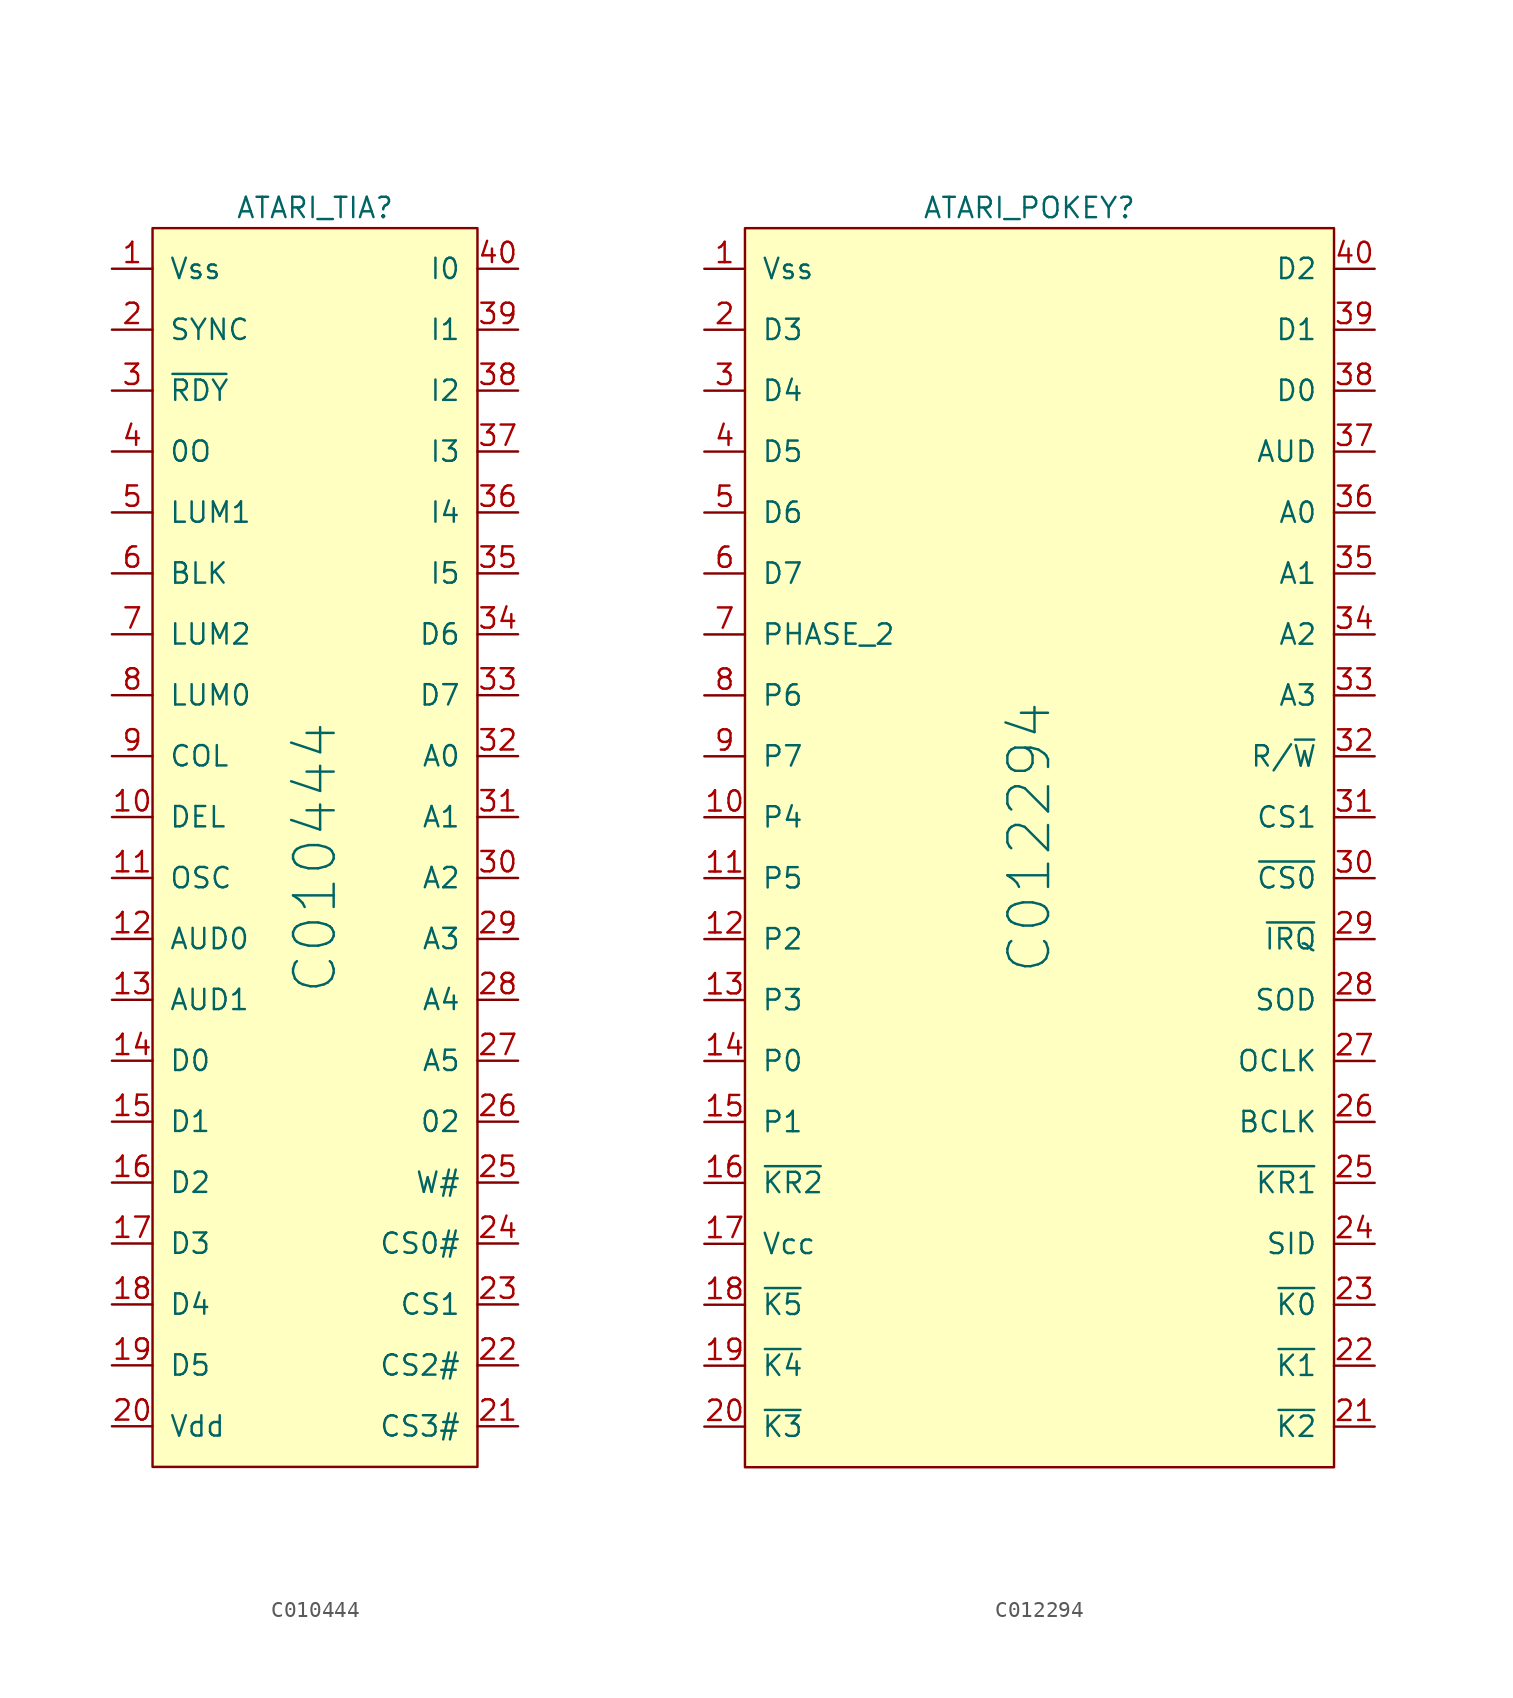
<source format=kicad_sym>
(kicad_symbol_lib
  (version 20220914)
  (generator kicad_symbol_editor)
  (symbol "C010444"
    (pin_names
      (offset 1.016))
    (property "Reference" "ATARI_TIA"
      (at 0 40.64 0)
      (effects (font (size 1.27 1.27))))
    (property "Value" "C010444"
      (at 0 0 90)
      (effects (font (size 2.54 2.54))))
    (symbol "C010444_0_1"
      (rectangle (start -10.16 39.37) (end 10.16 -38.1) (stroke (width 0) (type solid)) (fill (type background))))
    (symbol "C010444_1_1"
      (pin passive line (at -12.7 36.83 0) (length 2.54) (name "Vss" (effects (font (size 1.27 1.27)))) (number "1" (effects (font (size 1.27 1.27)))))
      (pin input line (at -12.7 2.54 0) (length 2.54) (name "DEL" (effects (font (size 1.27 1.27)))) (number "10" (effects (font (size 1.27 1.27)))))
      (pin input line (at -12.7 -1.27 0) (length 2.54) (name "OSC" (effects (font (size 1.27 1.27)))) (number "11" (effects (font (size 1.27 1.27)))))
      (pin output line (at -12.7 -5.08 0) (length 2.54) (name "AUD0" (effects (font (size 1.27 1.27)))) (number "12" (effects (font (size 1.27 1.27)))))
      (pin output line (at -12.7 -8.89 0) (length 2.54) (name "AUD1" (effects (font (size 1.27 1.27)))) (number "13" (effects (font (size 1.27 1.27)))))
      (pin input line (at -12.7 -12.7 0) (length 2.54) (name "D0" (effects (font (size 1.27 1.27)))) (number "14" (effects (font (size 1.27 1.27)))))
      (pin input line (at -12.7 -16.51 0) (length 2.54) (name "D1" (effects (font (size 1.27 1.27)))) (number "15" (effects (font (size 1.27 1.27)))))
      (pin input line (at -12.7 -20.32 0) (length 2.54) (name "D2" (effects (font (size 1.27 1.27)))) (number "16" (effects (font (size 1.27 1.27)))))
      (pin input line (at -12.7 -24.13 0) (length 2.54) (name "D3" (effects (font (size 1.27 1.27)))) (number "17" (effects (font (size 1.27 1.27)))))
      (pin input line (at -12.7 -27.94 0) (length 2.54) (name "D4" (effects (font (size 1.27 1.27)))) (number "18" (effects (font (size 1.27 1.27)))))
      (pin input line (at -12.7 -31.75 0) (length 2.54) (name "D5" (effects (font (size 1.27 1.27)))) (number "19" (effects (font (size 1.27 1.27)))))
      (pin unspecified line (at -12.7 33.02 0) (length 2.54) (name "SYNC" (effects (font (size 1.27 1.27)))) (number "2" (effects (font (size 1.27 1.27)))))
      (pin power_in line (at -12.7 -35.56 0) (length 2.54) (name "Vdd" (effects (font (size 1.27 1.27)))) (number "20" (effects (font (size 1.27 1.27)))))
      (pin power_out line (at 12.7 -35.56 180) (length 2.54) (name "CS3#" (effects (font (size 1.27 1.27)))) (number "21" (effects (font (size 1.27 1.27)))))
      (pin power_out line (at 12.7 -31.75 180) (length 2.54) (name "CS2#" (effects (font (size 1.27 1.27)))) (number "22" (effects (font (size 1.27 1.27)))))
      (pin power_in line (at 12.7 -27.94 180) (length 2.54) (name "CS1" (effects (font (size 1.27 1.27)))) (number "23" (effects (font (size 1.27 1.27)))))
      (pin power_out line (at 12.7 -24.13 180) (length 2.54) (name "CS0#" (effects (font (size 1.27 1.27)))) (number "24" (effects (font (size 1.27 1.27)))))
      (pin input line (at 12.7 -20.32 180) (length 2.54) (name "W#" (effects (font (size 1.27 1.27)))) (number "25" (effects (font (size 1.27 1.27)))))
      (pin input line (at 12.7 -16.51 180) (length 2.54) (name "02" (effects (font (size 1.27 1.27)))) (number "26" (effects (font (size 1.27 1.27)))))
      (pin input line (at 12.7 -12.7 180) (length 2.54) (name "A5" (effects (font (size 1.27 1.27)))) (number "27" (effects (font (size 1.27 1.27)))))
      (pin input line (at 12.7 -8.89 180) (length 2.54) (name "A4" (effects (font (size 1.27 1.27)))) (number "28" (effects (font (size 1.27 1.27)))))
      (pin input line (at 12.7 -5.08 180) (length 2.54) (name "A3" (effects (font (size 1.27 1.27)))) (number "29" (effects (font (size 1.27 1.27)))))
      (pin unspecified line (at -12.7 29.21 0) (length 2.54) (name "~{RDY}" (effects (font (size 1.27 1.27)))) (number "3" (effects (font (size 1.27 1.27)))))
      (pin input line (at 12.7 -1.27 180) (length 2.54) (name "A2" (effects (font (size 1.27 1.27)))) (number "30" (effects (font (size 1.27 1.27)))))
      (pin input line (at 12.7 2.54 180) (length 2.54) (name "A1" (effects (font (size 1.27 1.27)))) (number "31" (effects (font (size 1.27 1.27)))))
      (pin input line (at 12.7 6.35 180) (length 2.54) (name "A0" (effects (font (size 1.27 1.27)))) (number "32" (effects (font (size 1.27 1.27)))))
      (pin bidirectional line (at 12.7 10.16 180) (length 2.54) (name "D7" (effects (font (size 1.27 1.27)))) (number "33" (effects (font (size 1.27 1.27)))))
      (pin bidirectional line (at 12.7 13.97 180) (length 2.54) (name "D6" (effects (font (size 1.27 1.27)))) (number "34" (effects (font (size 1.27 1.27)))))
      (pin input line (at 12.7 17.78 180) (length 2.54) (name "I5" (effects (font (size 1.27 1.27)))) (number "35" (effects (font (size 1.27 1.27)))))
      (pin input line (at 12.7 21.59 180) (length 2.54) (name "I4" (effects (font (size 1.27 1.27)))) (number "36" (effects (font (size 1.27 1.27)))))
      (pin input line (at 12.7 25.4 180) (length 2.54) (name "I3" (effects (font (size 1.27 1.27)))) (number "37" (effects (font (size 1.27 1.27)))))
      (pin input line (at 12.7 29.21 180) (length 2.54) (name "I2" (effects (font (size 1.27 1.27)))) (number "38" (effects (font (size 1.27 1.27)))))
      (pin input line (at 12.7 33.02 180) (length 2.54) (name "I1" (effects (font (size 1.27 1.27)))) (number "39" (effects (font (size 1.27 1.27)))))
      (pin output line (at -12.7 25.4 0) (length 2.54) (name "0O" (effects (font (size 1.27 1.27)))) (number "4" (effects (font (size 1.27 1.27)))))
      (pin input line (at 12.7 36.83 180) (length 2.54) (name "I0" (effects (font (size 1.27 1.27)))) (number "40" (effects (font (size 1.27 1.27)))))
      (pin output line (at -12.7 21.59 0) (length 2.54) (name "LUM1" (effects (font (size 1.27 1.27)))) (number "5" (effects (font (size 1.27 1.27)))))
      (pin output line (at -12.7 17.78 0) (length 2.54) (name "BLK" (effects (font (size 1.27 1.27)))) (number "6" (effects (font (size 1.27 1.27)))))
      (pin output line (at -12.7 13.97 0) (length 2.54) (name "LUM2" (effects (font (size 1.27 1.27)))) (number "7" (effects (font (size 1.27 1.27)))))
      (pin output line (at -12.7 10.16 0) (length 2.54) (name "LUM0" (effects (font (size 1.27 1.27)))) (number "8" (effects (font (size 1.27 1.27)))))
      (pin output line (at -12.7 6.35 0) (length 2.54) (name "COL" (effects (font (size 1.27 1.27)))) (number "9" (effects (font (size 1.27 1.27)))))))
  (symbol "C012294"
    (pin_names
      (offset 1.016))
    (property "Reference" "ATARI_POKEY"
      (at 0 38.1 0)
      (effects (font (size 1.27 1.27))))
    (property "Value" "C012294"
      (at 0 -1.27 90)
      (effects (font (size 2.54 2.54))))
    (symbol "C012294_1_1"
      (rectangle (start -17.78 36.83) (end 19.05 -40.64) (stroke (width 0) (type solid)) (fill (type background)))
      (pin passive line (at -20.32 34.29 0) (length 2.54) (name "Vss" (effects (font (size 1.27 1.27)))) (number "1" (effects (font (size 1.27 1.27)))))
      (pin input line (at -20.32 0 0) (length 2.54) (name "P4" (effects (font (size 1.27 1.27)))) (number "10" (effects (font (size 1.27 1.27)))))
      (pin input line (at -20.32 -3.81 0) (length 2.54) (name "P5" (effects (font (size 1.27 1.27)))) (number "11" (effects (font (size 1.27 1.27)))))
      (pin input line (at -20.32 -7.62 0) (length 2.54) (name "P2" (effects (font (size 1.27 1.27)))) (number "12" (effects (font (size 1.27 1.27)))))
      (pin input line (at -20.32 -11.43 0) (length 2.54) (name "P3" (effects (font (size 1.27 1.27)))) (number "13" (effects (font (size 1.27 1.27)))))
      (pin input line (at -20.32 -15.24 0) (length 2.54) (name "P0" (effects (font (size 1.27 1.27)))) (number "14" (effects (font (size 1.27 1.27)))))
      (pin input line (at -20.32 -19.05 0) (length 2.54) (name "P1" (effects (font (size 1.27 1.27)))) (number "15" (effects (font (size 1.27 1.27)))))
      (pin input line (at -20.32 -22.86 0) (length 2.54) (name "~{KR2}" (effects (font (size 1.27 1.27)))) (number "16" (effects (font (size 1.27 1.27)))))
      (pin power_in line (at -20.32 -26.67 0) (length 2.54) (name "Vcc" (effects (font (size 1.27 1.27)))) (number "17" (effects (font (size 1.27 1.27)))))
      (pin output line (at -20.32 -30.48 0) (length 2.54) (name "~{K5}" (effects (font (size 1.27 1.27)))) (number "18" (effects (font (size 1.27 1.27)))))
      (pin output line (at -20.32 -34.29 0) (length 2.54) (name "~{K4}" (effects (font (size 1.27 1.27)))) (number "19" (effects (font (size 1.27 1.27)))))
      (pin bidirectional line (at -20.32 30.48 0) (length 2.54) (name "D3" (effects (font (size 1.27 1.27)))) (number "2" (effects (font (size 1.27 1.27)))))
      (pin output line (at -20.32 -38.1 0) (length 2.54) (name "~{K3}" (effects (font (size 1.27 1.27)))) (number "20" (effects (font (size 1.27 1.27)))))
      (pin output line (at 21.59 -38.1 180) (length 2.54) (name "~{K2}" (effects (font (size 1.27 1.27)))) (number "21" (effects (font (size 1.27 1.27)))))
      (pin output line (at 21.59 -34.29 180) (length 2.54) (name "~{K1}" (effects (font (size 1.27 1.27)))) (number "22" (effects (font (size 1.27 1.27)))))
      (pin output line (at 21.59 -30.48 180) (length 2.54) (name "~{K0}" (effects (font (size 1.27 1.27)))) (number "23" (effects (font (size 1.27 1.27)))))
      (pin input line (at 21.59 -26.67 180) (length 2.54) (name "SID" (effects (font (size 1.27 1.27)))) (number "24" (effects (font (size 1.27 1.27)))))
      (pin input line (at 21.59 -22.86 180) (length 2.54) (name "~{KR1}" (effects (font (size 1.27 1.27)))) (number "25" (effects (font (size 1.27 1.27)))))
      (pin bidirectional line (at 21.59 -19.05 180) (length 2.54) (name "BCLK" (effects (font (size 1.27 1.27)))) (number "26" (effects (font (size 1.27 1.27)))))
      (pin output line (at 21.59 -15.24 180) (length 2.54) (name "OCLK" (effects (font (size 1.27 1.27)))) (number "27" (effects (font (size 1.27 1.27)))))
      (pin output line (at 21.59 -11.43 180) (length 2.54) (name "SOD" (effects (font (size 1.27 1.27)))) (number "28" (effects (font (size 1.27 1.27)))))
      (pin output line (at 21.59 -7.62 180) (length 2.54) (name "~{IRQ}" (effects (font (size 1.27 1.27)))) (number "29" (effects (font (size 1.27 1.27)))))
      (pin bidirectional line (at -20.32 26.67 0) (length 2.54) (name "D4" (effects (font (size 1.27 1.27)))) (number "3" (effects (font (size 1.27 1.27)))))
      (pin input line (at 21.59 -3.81 180) (length 2.54) (name "~{CS0}" (effects (font (size 1.27 1.27)))) (number "30" (effects (font (size 1.27 1.27)))))
      (pin input line (at 21.59 0 180) (length 2.54) (name "CS1" (effects (font (size 1.27 1.27)))) (number "31" (effects (font (size 1.27 1.27)))))
      (pin input line (at 21.59 3.81 180) (length 2.54) (name "R/~{W}" (effects (font (size 1.27 1.27)))) (number "32" (effects (font (size 1.27 1.27)))))
      (pin input line (at 21.59 7.62 180) (length 2.54) (name "A3" (effects (font (size 1.27 1.27)))) (number "33" (effects (font (size 1.27 1.27)))))
      (pin input line (at 21.59 11.43 180) (length 2.54) (name "A2" (effects (font (size 1.27 1.27)))) (number "34" (effects (font (size 1.27 1.27)))))
      (pin input line (at 21.59 15.24 180) (length 2.54) (name "A1" (effects (font (size 1.27 1.27)))) (number "35" (effects (font (size 1.27 1.27)))))
      (pin input line (at 21.59 19.05 180) (length 2.54) (name "A0" (effects (font (size 1.27 1.27)))) (number "36" (effects (font (size 1.27 1.27)))))
      (pin output line (at 21.59 22.86 180) (length 2.54) (name "AUD" (effects (font (size 1.27 1.27)))) (number "37" (effects (font (size 1.27 1.27)))))
      (pin bidirectional line (at 21.59 26.67 180) (length 2.54) (name "D0" (effects (font (size 1.27 1.27)))) (number "38" (effects (font (size 1.27 1.27)))))
      (pin bidirectional line (at 21.59 30.48 180) (length 2.54) (name "D1" (effects (font (size 1.27 1.27)))) (number "39" (effects (font (size 1.27 1.27)))))
      (pin bidirectional line (at -20.32 22.86 0) (length 2.54) (name "D5" (effects (font (size 1.27 1.27)))) (number "4" (effects (font (size 1.27 1.27)))))
      (pin bidirectional line (at 21.59 34.29 180) (length 2.54) (name "D2" (effects (font (size 1.27 1.27)))) (number "40" (effects (font (size 1.27 1.27)))))
      (pin bidirectional line (at -20.32 19.05 0) (length 2.54) (name "D6" (effects (font (size 1.27 1.27)))) (number "5" (effects (font (size 1.27 1.27)))))
      (pin bidirectional line (at -20.32 15.24 0) (length 2.54) (name "D7" (effects (font (size 1.27 1.27)))) (number "6" (effects (font (size 1.27 1.27)))))
      (pin input line (at -20.32 11.43 0) (length 2.54) (name "PHASE_2" (effects (font (size 1.27 1.27)))) (number "7" (effects (font (size 1.27 1.27)))))
      (pin input line (at -20.32 7.62 0) (length 2.54) (name "P6" (effects (font (size 1.27 1.27)))) (number "8" (effects (font (size 1.27 1.27)))))
      (pin input line (at -20.32 3.81 0) (length 2.54) (name "P7" (effects (font (size 1.27 1.27)))) (number "9" (effects (font (size 1.27 1.27))))))))
</source>
